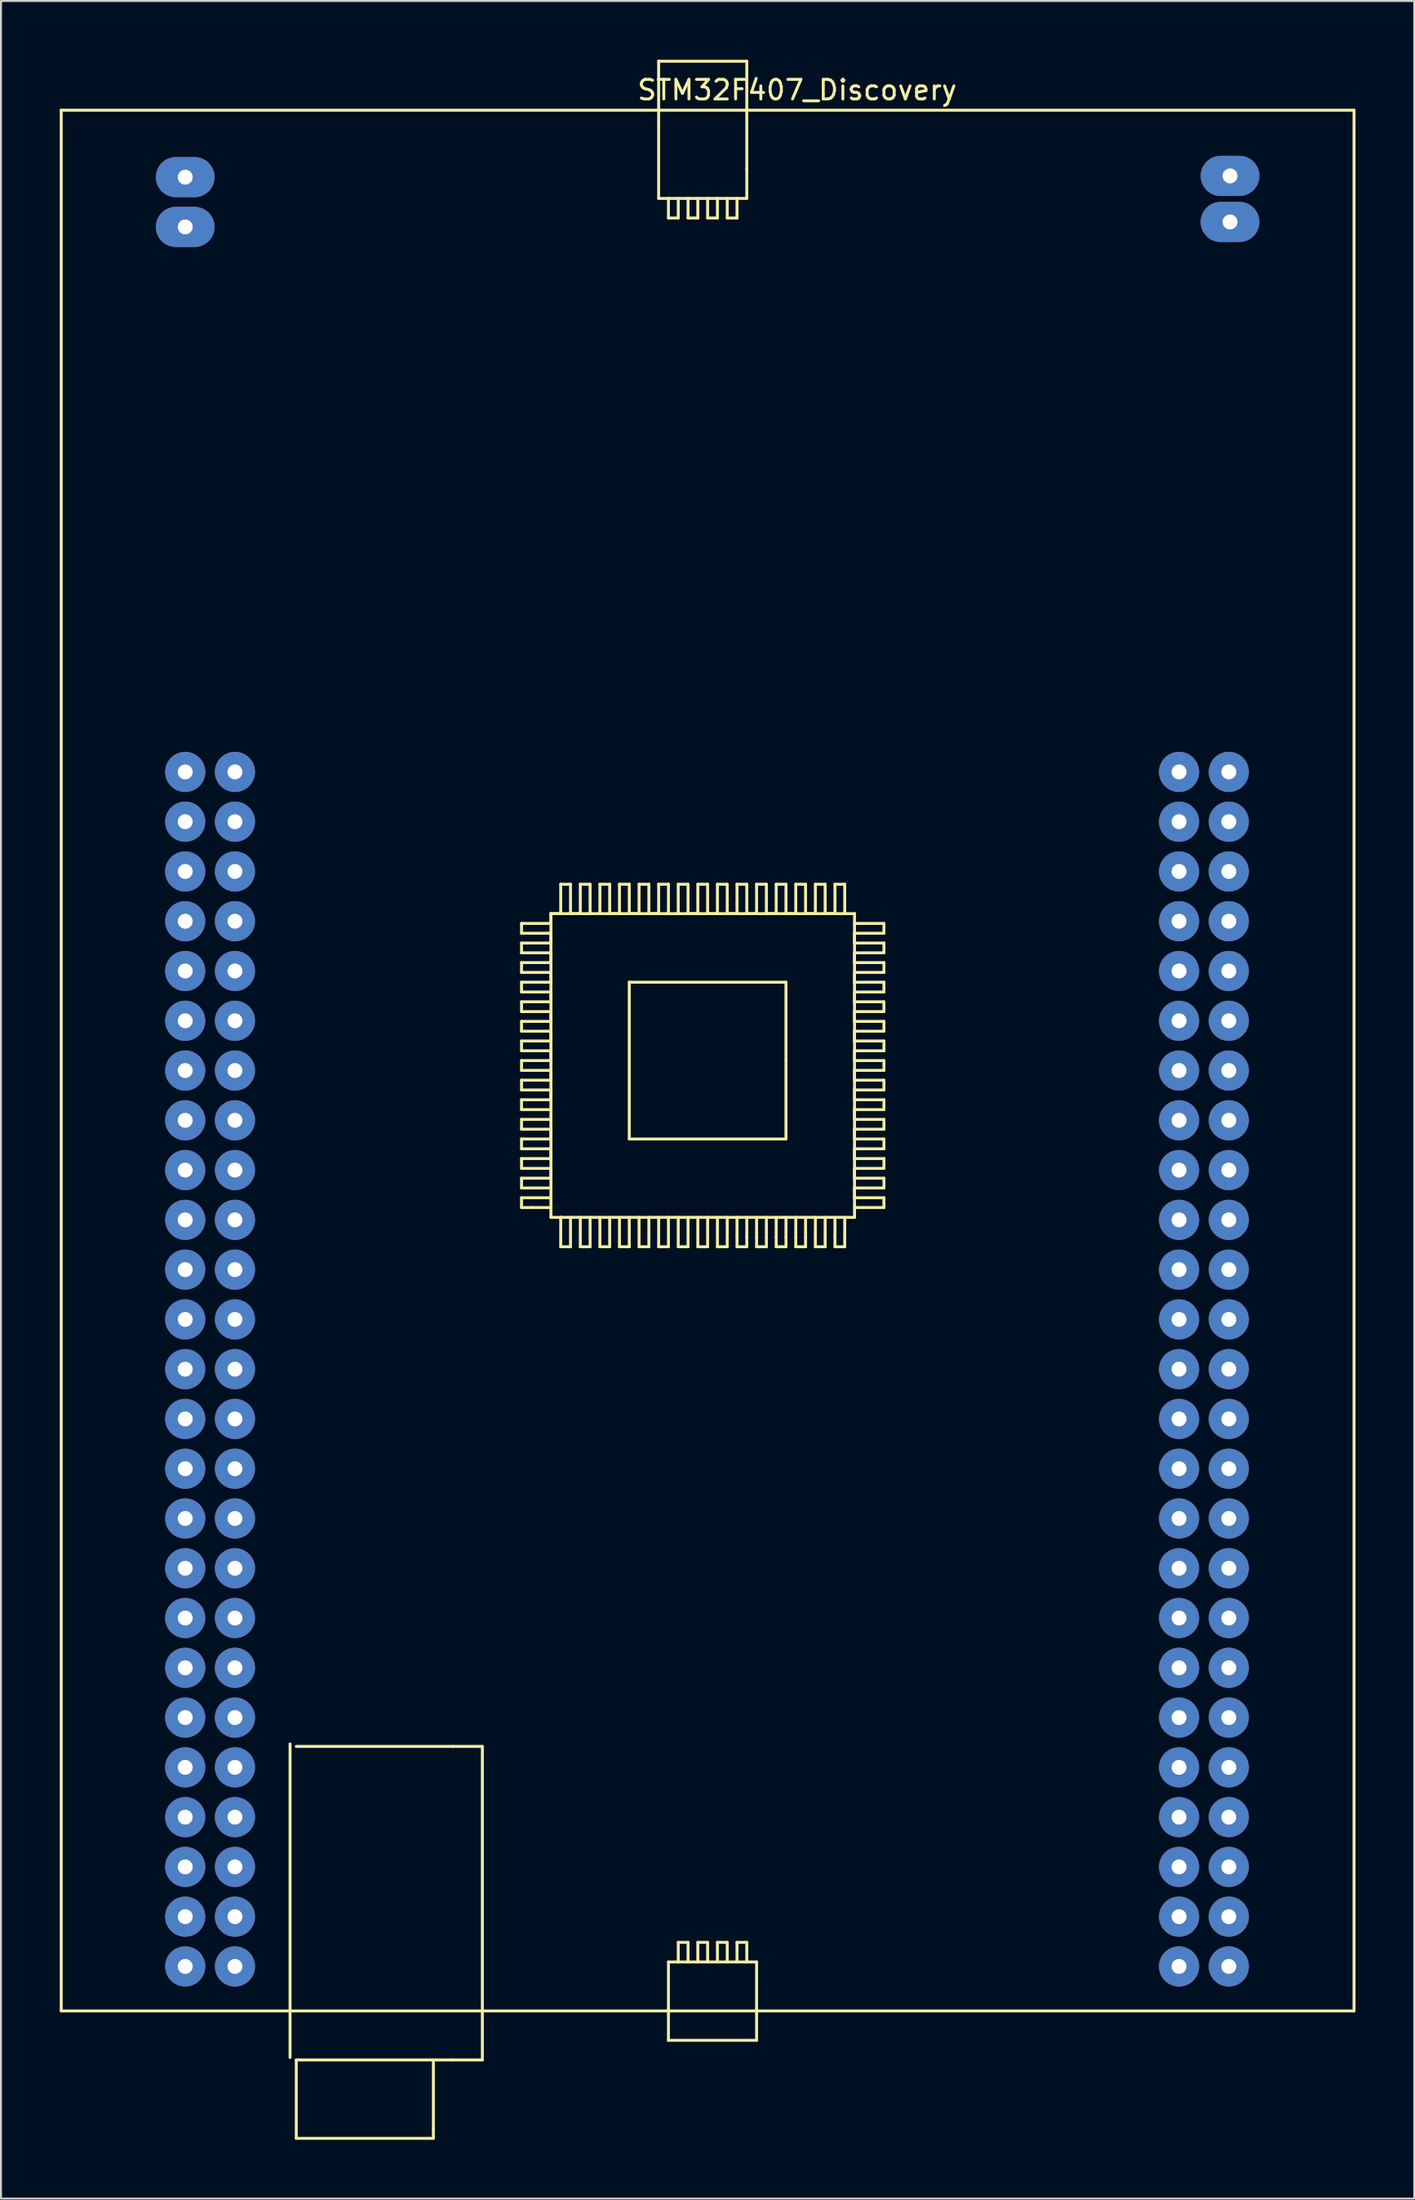
<source format=kicad_pcb>
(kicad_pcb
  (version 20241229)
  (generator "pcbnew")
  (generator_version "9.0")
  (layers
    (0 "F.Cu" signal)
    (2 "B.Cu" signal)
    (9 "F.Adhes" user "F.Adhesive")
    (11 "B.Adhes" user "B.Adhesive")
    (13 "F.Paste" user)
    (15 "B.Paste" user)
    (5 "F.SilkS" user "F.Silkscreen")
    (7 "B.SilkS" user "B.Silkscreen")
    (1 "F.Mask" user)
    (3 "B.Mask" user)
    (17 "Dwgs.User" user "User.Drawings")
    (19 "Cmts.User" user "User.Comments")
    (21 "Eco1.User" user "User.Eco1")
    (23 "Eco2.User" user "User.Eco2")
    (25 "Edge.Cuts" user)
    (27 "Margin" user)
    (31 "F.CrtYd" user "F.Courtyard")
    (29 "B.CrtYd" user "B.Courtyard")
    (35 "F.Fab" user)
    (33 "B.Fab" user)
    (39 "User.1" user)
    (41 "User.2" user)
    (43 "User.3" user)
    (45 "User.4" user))
  (footprint "STM32F407_Discovery"
    (layer "F.Cu")
    (at 33.075 51.075)
    (property "Reference" "STM32F407_Discovery" (at 4.572 -49.53 0) (layer "F.SilkS") (effects (font (size 1 1) (thickness 0.15))))
    (attr through_hole)
    (fp_line (start -33 -48.5) (end -33 48.5) (stroke (width 0.15) (type solid)) (layer "F.SilkS"))
    (fp_line (start -33 48.5) (end 33 48.5) (stroke (width 0.15) (type solid)) (layer "F.SilkS"))
    (fp_line (start -21.317 34.873) (end -21.317 50.873) (stroke (width 0.15) (type solid)) (layer "F.SilkS"))
    (fp_line (start -21 51) (end -13 51) (stroke (width 0.15) (type solid)) (layer "F.SilkS"))
    (fp_line (start -21 55) (end -21 51) (stroke (width 0.15) (type solid)) (layer "F.SilkS"))
    (fp_line (start -14 51) (end -14 54.5) (stroke (width 0.15) (type solid)) (layer "F.SilkS"))
    (fp_line (start -14 54.5) (end -14 55) (stroke (width 0.15) (type solid)) (layer "F.SilkS"))
    (fp_line (start -14 55) (end -21 55) (stroke (width 0.15) (type solid)) (layer "F.SilkS"))
    (fp_line (start -13 35) (end -21 35) (stroke (width 0.15) (type solid)) (layer "F.SilkS"))
    (fp_line (start -13 51) (end -11.5 51) (stroke (width 0.15) (type solid)) (layer "F.SilkS"))
    (fp_line (start -11.5 35) (end -13 35) (stroke (width 0.15) (type solid)) (layer "F.SilkS"))
    (fp_line (start -11.5 51) (end -11.5 35) (stroke (width 0.15) (type solid)) (layer "F.SilkS"))
    (fp_line (start -9.5 -7) (end -8 -7) (stroke (width 0.15) (type solid)) (layer "F.SilkS"))
    (fp_line (start -9.5 -6.5) (end -9.5 -7) (stroke (width 0.15) (type solid)) (layer "F.SilkS"))
    (fp_line (start -9.5 -6) (end -8 -6) (stroke (width 0.15) (type solid)) (layer "F.SilkS"))
    (fp_line (start -9.5 -5.5) (end -9.5 -6) (stroke (width 0.15) (type solid)) (layer "F.SilkS"))
    (fp_line (start -9.5 -5) (end -8 -5) (stroke (width 0.15) (type solid)) (layer "F.SilkS"))
    (fp_line (start -9.5 -4.5) (end -9.5 -5) (stroke (width 0.15) (type solid)) (layer "F.SilkS"))
    (fp_line (start -9.5 -4) (end -8 -4) (stroke (width 0.15) (type solid)) (layer "F.SilkS"))
    (fp_line (start -9.5 -3.5) (end -9.5 -4) (stroke (width 0.15) (type solid)) (layer "F.SilkS"))
    (fp_line (start -9.5 -3) (end -8 -3) (stroke (width 0.15) (type solid)) (layer "F.SilkS"))
    (fp_line (start -9.5 -2.5) (end -9.5 -3) (stroke (width 0.15) (type solid)) (layer "F.SilkS"))
    (fp_line (start -9.5 -2) (end -8 -2) (stroke (width 0.15) (type solid)) (layer "F.SilkS"))
    (fp_line (start -9.5 -1.5) (end -9.5 -2) (stroke (width 0.15) (type solid)) (layer "F.SilkS"))
    (fp_line (start -9.5 -1) (end -8 -1) (stroke (width 0.15) (type solid)) (layer "F.SilkS"))
    (fp_line (start -9.5 -0.5) (end -9.5 -1) (stroke (width 0.15) (type solid)) (layer "F.SilkS"))
    (fp_line (start -9.5 0) (end -8 0) (stroke (width 0.15) (type solid)) (layer "F.SilkS"))
    (fp_line (start -9.5 0.5) (end -9.5 0) (stroke (width 0.15) (type solid)) (layer "F.SilkS"))
    (fp_line (start -9.5 1) (end -8 1) (stroke (width 0.15) (type solid)) (layer "F.SilkS"))
    (fp_line (start -9.5 1.5) (end -9.5 1) (stroke (width 0.15) (type solid)) (layer "F.SilkS"))
    (fp_line (start -9.5 2) (end -8 2) (stroke (width 0.15) (type solid)) (layer "F.SilkS"))
    (fp_line (start -9.5 2.5) (end -9.5 2) (stroke (width 0.15) (type solid)) (layer "F.SilkS"))
    (fp_line (start -9.5 3) (end -8 3) (stroke (width 0.15) (type solid)) (layer "F.SilkS"))
    (fp_line (start -9.5 3.5) (end -9.5 3) (stroke (width 0.15) (type solid)) (layer "F.SilkS"))
    (fp_line (start -9.5 4) (end -8 4) (stroke (width 0.15) (type solid)) (layer "F.SilkS"))
    (fp_line (start -9.5 4.5) (end -9.5 4) (stroke (width 0.15) (type solid)) (layer "F.SilkS"))
    (fp_line (start -9.5 5) (end -8 5) (stroke (width 0.15) (type solid)) (layer "F.SilkS"))
    (fp_line (start -9.5 5.5) (end -9.5 5) (stroke (width 0.15) (type solid)) (layer "F.SilkS"))
    (fp_line (start -9.5 6) (end -8 6) (stroke (width 0.15) (type solid)) (layer "F.SilkS"))
    (fp_line (start -9.5 6.5) (end -9.5 6) (stroke (width 0.15) (type solid)) (layer "F.SilkS"))
    (fp_line (start -9.5 7) (end -8 7) (stroke (width 0.15) (type solid)) (layer "F.SilkS"))
    (fp_line (start -9.5 7.5) (end -9.5 7) (stroke (width 0.15) (type solid)) (layer "F.SilkS"))
    (fp_line (start -9 7.5) (end -9.5 7.5) (stroke (width 0.15) (type solid)) (layer "F.SilkS"))
    (fp_line (start -8 -7.5) (end -8 7.5) (stroke (width 0.15) (type solid)) (layer "F.SilkS"))
    (fp_line (start -8 -7.5) (end -7.5 -7.5) (stroke (width 0.15) (type solid)) (layer "F.SilkS"))
    (fp_line (start -8 -7.5) (end -7.5 -7.5) (stroke (width 0.15) (type solid)) (layer "F.SilkS"))
    (fp_line (start -8 -7) (end -8 -7.5) (stroke (width 0.15) (type solid)) (layer "F.SilkS"))
    (fp_line (start -8 -6.5) (end -9.5 -6.5) (stroke (width 0.15) (type solid)) (layer "F.SilkS"))
    (fp_line (start -8 -6) (end -8 -6.5) (stroke (width 0.15) (type solid)) (layer "F.SilkS"))
    (fp_line (start -8 -5.5) (end -9.5 -5.5) (stroke (width 0.15) (type solid)) (layer "F.SilkS"))
    (fp_line (start -8 -5) (end -8 -5.5) (stroke (width 0.15) (type solid)) (layer "F.SilkS"))
    (fp_line (start -8 -4.5) (end -9.5 -4.5) (stroke (width 0.15) (type solid)) (layer "F.SilkS"))
    (fp_line (start -8 -4) (end -8 -4.5) (stroke (width 0.15) (type solid)) (layer "F.SilkS"))
    (fp_line (start -8 -3.5) (end -9.5 -3.5) (stroke (width 0.15) (type solid)) (layer "F.SilkS"))
    (fp_line (start -8 -3) (end -8 -3.5) (stroke (width 0.15) (type solid)) (layer "F.SilkS"))
    (fp_line (start -8 -2.5) (end -9.5 -2.5) (stroke (width 0.15) (type solid)) (layer "F.SilkS"))
    (fp_line (start -8 -2) (end -8 -2.5) (stroke (width 0.15) (type solid)) (layer "F.SilkS"))
    (fp_line (start -8 -1.5) (end -9.5 -1.5) (stroke (width 0.15) (type solid)) (layer "F.SilkS"))
    (fp_line (start -8 -1) (end -8 -1.5) (stroke (width 0.15) (type solid)) (layer "F.SilkS"))
    (fp_line (start -8 -0.5) (end -9.5 -0.5) (stroke (width 0.15) (type solid)) (layer "F.SilkS"))
    (fp_line (start -8 0) (end -8 -0.5) (stroke (width 0.15) (type solid)) (layer "F.SilkS"))
    (fp_line (start -8 0.5) (end -9.5 0.5) (stroke (width 0.15) (type solid)) (layer "F.SilkS"))
    (fp_line (start -8 1) (end -8 0.5) (stroke (width 0.15) (type solid)) (layer "F.SilkS"))
    (fp_line (start -8 1.5) (end -9.5 1.5) (stroke (width 0.15) (type solid)) (layer "F.SilkS"))
    (fp_line (start -8 2) (end -8 1.5) (stroke (width 0.15) (type solid)) (layer "F.SilkS"))
    (fp_line (start -8 2.5) (end -9.5 2.5) (stroke (width 0.15) (type solid)) (layer "F.SilkS"))
    (fp_line (start -8 3.5) (end -9.5 3.5) (stroke (width 0.15) (type solid)) (layer "F.SilkS"))
    (fp_line (start -8 4) (end -8 3.5) (stroke (width 0.15) (type solid)) (layer "F.SilkS"))
    (fp_line (start -8 4.5) (end -9.5 4.5) (stroke (width 0.15) (type solid)) (layer "F.SilkS"))
    (fp_line (start -8 5) (end -8 4.5) (stroke (width 0.15) (type solid)) (layer "F.SilkS"))
    (fp_line (start -8 5.5) (end -9.5 5.5) (stroke (width 0.15) (type solid)) (layer "F.SilkS"))
    (fp_line (start -8 6) (end -8 5.5) (stroke (width 0.15) (type solid)) (layer "F.SilkS"))
    (fp_line (start -8 6.5) (end -9.5 6.5) (stroke (width 0.15) (type solid)) (layer "F.SilkS"))
    (fp_line (start -8 7.5) (end -9 7.5) (stroke (width 0.15) (type solid)) (layer "F.SilkS"))
    (fp_line (start -8 7.5) (end -8 8) (stroke (width 0.15) (type solid)) (layer "F.SilkS"))
    (fp_line (start -8 8) (end -7.5 8) (stroke (width 0.15) (type solid)) (layer "F.SilkS"))
    (fp_line (start -7.5 -9) (end -7 -9) (stroke (width 0.15) (type solid)) (layer "F.SilkS"))
    (fp_line (start -7.5 -7.5) (end -7.5 -9) (stroke (width 0.15) (type solid)) (layer "F.SilkS"))
    (fp_line (start -7.5 8) (end 7.5 8) (stroke (width 0.15) (type solid)) (layer "F.SilkS"))
    (fp_line (start -7.5 9.5) (end -7.5 8) (stroke (width 0.15) (type solid)) (layer "F.SilkS"))
    (fp_line (start -7 -9) (end -7 -7.5) (stroke (width 0.15) (type solid)) (layer "F.SilkS"))
    (fp_line (start -7 -7.5) (end -6.5 -7.5) (stroke (width 0.15) (type solid)) (layer "F.SilkS"))
    (fp_line (start -7 8) (end -7 9.5) (stroke (width 0.15) (type solid)) (layer "F.SilkS"))
    (fp_line (start -7 9.5) (end -7.5 9.5) (stroke (width 0.15) (type solid)) (layer "F.SilkS"))
    (fp_line (start -6.5 -9) (end -6 -9) (stroke (width 0.15) (type solid)) (layer "F.SilkS"))
    (fp_line (start -6.5 -7.5) (end -6.5 -9) (stroke (width 0.15) (type solid)) (layer "F.SilkS"))
    (fp_line (start -6.5 9.5) (end -6.5 8) (stroke (width 0.15) (type solid)) (layer "F.SilkS"))
    (fp_line (start -6 -9) (end -6 -7.5) (stroke (width 0.15) (type solid)) (layer "F.SilkS"))
    (fp_line (start -6 8) (end -6 9.5) (stroke (width 0.15) (type solid)) (layer "F.SilkS"))
    (fp_line (start -6 9.5) (end -6.5 9.5) (stroke (width 0.15) (type solid)) (layer "F.SilkS"))
    (fp_line (start -5.5 -9) (end -5 -9) (stroke (width 0.15) (type solid)) (layer "F.SilkS"))
    (fp_line (start -5.5 -7.5) (end -5.5 -9) (stroke (width 0.15) (type solid)) (layer "F.SilkS"))
    (fp_line (start -5.5 9.5) (end -5.5 8) (stroke (width 0.15) (type solid)) (layer "F.SilkS"))
    (fp_line (start -5 -9) (end -5 -7.5) (stroke (width 0.15) (type solid)) (layer "F.SilkS"))
    (fp_line (start -5 -7.5) (end -4.5 -7.5) (stroke (width 0.15) (type solid)) (layer "F.SilkS"))
    (fp_line (start -5 8) (end -5 9.5) (stroke (width 0.15) (type solid)) (layer "F.SilkS"))
    (fp_line (start -5 9.5) (end -5.5 9.5) (stroke (width 0.15) (type solid)) (layer "F.SilkS"))
    (fp_line (start -4.5 -9) (end -4 -9) (stroke (width 0.15) (type solid)) (layer "F.SilkS"))
    (fp_line (start -4.5 -7.5) (end -4.5 -9) (stroke (width 0.15) (type solid)) (layer "F.SilkS"))
    (fp_line (start -4.5 9.5) (end -4.5 8) (stroke (width 0.15) (type solid)) (layer "F.SilkS"))
    (fp_line (start -4 -9) (end -4 -7.5) (stroke (width 0.15) (type solid)) (layer "F.SilkS"))
    (fp_line (start -4 -7.5) (end -3.5 -7.5) (stroke (width 0.15) (type solid)) (layer "F.SilkS"))
    (fp_line (start -4 -4) (end 4 -4) (stroke (width 0.15) (type solid)) (layer "F.SilkS"))
    (fp_line (start -4 4) (end -4 -4) (stroke (width 0.15) (type solid)) (layer "F.SilkS"))
    (fp_line (start -4 8) (end -4 9.5) (stroke (width 0.15) (type solid)) (layer "F.SilkS"))
    (fp_line (start -4 9.5) (end -4.5 9.5) (stroke (width 0.15) (type solid)) (layer "F.SilkS"))
    (fp_line (start -3.5 -9) (end -3 -9) (stroke (width 0.15) (type solid)) (layer "F.SilkS"))
    (fp_line (start -3.5 -7.5) (end -3.5 -9) (stroke (width 0.15) (type solid)) (layer "F.SilkS"))
    (fp_line (start -3.5 9.5) (end -3.5 8) (stroke (width 0.15) (type solid)) (layer "F.SilkS"))
    (fp_line (start -3 -9) (end -3 -7.5) (stroke (width 0.15) (type solid)) (layer "F.SilkS"))
    (fp_line (start -3 -7.5) (end -2.5 -7.5) (stroke (width 0.15) (type solid)) (layer "F.SilkS"))
    (fp_line (start -3 8) (end -3 9.5) (stroke (width 0.15) (type solid)) (layer "F.SilkS"))
    (fp_line (start -3 9.5) (end -3.5 9.5) (stroke (width 0.15) (type solid)) (layer "F.SilkS"))
    (fp_line (start -2.5 -51) (end 2 -51) (stroke (width 0.15) (type solid)) (layer "F.SilkS"))
    (fp_line (start -2.5 -48.5) (end -2.5 -51) (stroke (width 0.15) (type solid)) (layer "F.SilkS"))
    (fp_line (start -2.5 -44) (end -2.5 -48.5) (stroke (width 0.15) (type solid)) (layer "F.SilkS"))
    (fp_line (start -2.5 -9) (end -2 -9) (stroke (width 0.15) (type solid)) (layer "F.SilkS"))
    (fp_line (start -2.5 -7.5) (end -2.5 -9) (stroke (width 0.15) (type solid)) (layer "F.SilkS"))
    (fp_line (start -2.5 9.5) (end -2.5 8) (stroke (width 0.15) (type solid)) (layer "F.SilkS"))
    (fp_line (start -2 -44) (end -2 -43) (stroke (width 0.15) (type solid)) (layer "F.SilkS"))
    (fp_line (start -2 -43) (end -1.5 -43) (stroke (width 0.15) (type solid)) (layer "F.SilkS"))
    (fp_line (start -2 -9) (end -2 -7.5) (stroke (width 0.15) (type solid)) (layer "F.SilkS"))
    (fp_line (start -2 8) (end -2 9.5) (stroke (width 0.15) (type solid)) (layer "F.SilkS"))
    (fp_line (start -2 9.5) (end -2.5 9.5) (stroke (width 0.15) (type solid)) (layer "F.SilkS"))
    (fp_line (start -2 46) (end -2 48.5) (stroke (width 0.15) (type solid)) (layer "F.SilkS"))
    (fp_line (start -2 48.5) (end -2 50) (stroke (width 0.15) (type solid)) (layer "F.SilkS"))
    (fp_line (start -2 50) (end 2 50) (stroke (width 0.15) (type solid)) (layer "F.SilkS"))
    (fp_line (start -1.5 -43) (end -1.5 -44) (stroke (width 0.15) (type solid)) (layer "F.SilkS"))
    (fp_line (start -1.5 -9) (end -1 -9) (stroke (width 0.15) (type solid)) (layer "F.SilkS"))
    (fp_line (start -1.5 -7.5) (end -1.5 -9) (stroke (width 0.15) (type solid)) (layer "F.SilkS"))
    (fp_line (start -1.5 9.5) (end -1.5 8) (stroke (width 0.15) (type solid)) (layer "F.SilkS"))
    (fp_line (start -1.5 45) (end -1 45) (stroke (width 0.15) (type solid)) (layer "F.SilkS"))
    (fp_line (start -1.5 46) (end -1.5 45) (stroke (width 0.15) (type solid)) (layer "F.SilkS"))
    (fp_line (start -1 -44) (end -1 -43) (stroke (width 0.15) (type solid)) (layer "F.SilkS"))
    (fp_line (start -1 -43) (end -0.5 -43) (stroke (width 0.15) (type solid)) (layer "F.SilkS"))
    (fp_line (start -1 -9) (end -1 -7.5) (stroke (width 0.15) (type solid)) (layer "F.SilkS"))
    (fp_line (start -1 -7.5) (end -0.5 -7.5) (stroke (width 0.15) (type solid)) (layer "F.SilkS"))
    (fp_line (start -1 8) (end -1 9.5) (stroke (width 0.15) (type solid)) (layer "F.SilkS"))
    (fp_line (start -1 9.5) (end -1.5 9.5) (stroke (width 0.15) (type solid)) (layer "F.SilkS"))
    (fp_line (start -1 45) (end -1 46) (stroke (width 0.15) (type solid)) (layer "F.SilkS"))
    (fp_line (start -0.5 -43) (end -0.5 -44) (stroke (width 0.15) (type solid)) (layer "F.SilkS"))
    (fp_line (start -0.5 -9) (end 0 -9) (stroke (width 0.15) (type solid)) (layer "F.SilkS"))
    (fp_line (start -0.5 -7.5) (end -0.5 -9) (stroke (width 0.15) (type solid)) (layer "F.SilkS"))
    (fp_line (start -0.5 9.5) (end -0.5 8) (stroke (width 0.15) (type solid)) (layer "F.SilkS"))
    (fp_line (start -0.5 45) (end 0 45) (stroke (width 0.15) (type solid)) (layer "F.SilkS"))
    (fp_line (start -0.5 46) (end -0.5 45) (stroke (width 0.15) (type solid)) (layer "F.SilkS"))
    (fp_line (start 0 -44) (end 0 -43) (stroke (width 0.15) (type solid)) (layer "F.SilkS"))
    (fp_line (start 0 -43) (end 0.5 -43) (stroke (width 0.15) (type solid)) (layer "F.SilkS"))
    (fp_line (start 0 -9) (end 0 -7.5) (stroke (width 0.15) (type solid)) (layer "F.SilkS"))
    (fp_line (start 0 -7.5) (end 0.5 -7.5) (stroke (width 0.15) (type solid)) (layer "F.SilkS"))
    (fp_line (start 0 8) (end 0 9.5) (stroke (width 0.15) (type solid)) (layer "F.SilkS"))
    (fp_line (start 0 9.5) (end -0.5 9.5) (stroke (width 0.15) (type solid)) (layer "F.SilkS"))
    (fp_line (start 0 45) (end 0 46) (stroke (width 0.15) (type solid)) (layer "F.SilkS"))
    (fp_line (start 0.5 -43) (end 0.5 -44) (stroke (width 0.15) (type solid)) (layer "F.SilkS"))
    (fp_line (start 0.5 -9) (end 1 -9) (stroke (width 0.15) (type solid)) (layer "F.SilkS"))
    (fp_line (start 0.5 -7.5) (end 0.5 -9) (stroke (width 0.15) (type solid)) (layer "F.SilkS"))
    (fp_line (start 0.5 9.5) (end 0.5 8) (stroke (width 0.15) (type solid)) (layer "F.SilkS"))
    (fp_line (start 0.5 45) (end 1 45) (stroke (width 0.15) (type solid)) (layer "F.SilkS"))
    (fp_line (start 0.5 46) (end 0.5 45) (stroke (width 0.15) (type solid)) (layer "F.SilkS"))
    (fp_line (start 1 -44) (end 1 -43) (stroke (width 0.15) (type solid)) (layer "F.SilkS"))
    (fp_line (start 1 -43) (end 1.5 -43) (stroke (width 0.15) (type solid)) (layer "F.SilkS"))
    (fp_line (start 1 -9) (end 1 -7.5) (stroke (width 0.15) (type solid)) (layer "F.SilkS"))
    (fp_line (start 1 -7.5) (end 1.5 -7.5) (stroke (width 0.15) (type solid)) (layer "F.SilkS"))
    (fp_line (start 1 8) (end 1 9.5) (stroke (width 0.15) (type solid)) (layer "F.SilkS"))
    (fp_line (start 1 9.5) (end 0.5 9.5) (stroke (width 0.15) (type solid)) (layer "F.SilkS"))
    (fp_line (start 1 45) (end 1 46) (stroke (width 0.15) (type solid)) (layer "F.SilkS"))
    (fp_line (start 1.5 -43) (end 1.5 -44) (stroke (width 0.15) (type solid)) (layer "F.SilkS"))
    (fp_line (start 1.5 -9) (end 2 -9) (stroke (width 0.15) (type solid)) (layer "F.SilkS"))
    (fp_line (start 1.5 -8) (end 1.5 -9) (stroke (width 0.15) (type solid)) (layer "F.SilkS"))
    (fp_line (start 1.5 -7.5) (end 1.5 -8) (stroke (width 0.15) (type solid)) (layer "F.SilkS"))
    (fp_line (start 1.5 9) (end 1.5 8) (stroke (width 0.15) (type solid)) (layer "F.SilkS"))
    (fp_line (start 1.5 9) (end 1.5 9.5) (stroke (width 0.15) (type solid)) (layer "F.SilkS"))
    (fp_line (start 1.5 9.5) (end 2 9.5) (stroke (width 0.15) (type solid)) (layer "F.SilkS"))
    (fp_line (start 1.5 45) (end 2 45) (stroke (width 0.15) (type solid)) (layer "F.SilkS"))
    (fp_line (start 1.5 46) (end 1.5 45) (stroke (width 0.15) (type solid)) (layer "F.SilkS"))
    (fp_line (start 2 -51) (end 2 -45.5) (stroke (width 0.15) (type solid)) (layer "F.SilkS"))
    (fp_line (start 2 -45.5) (end 2 -44) (stroke (width 0.15) (type solid)) (layer "F.SilkS"))
    (fp_line (start 2 -44) (end -2.5 -44) (stroke (width 0.15) (type solid)) (layer "F.SilkS"))
    (fp_line (start 2 -9) (end 2 -7.5) (stroke (width 0.15) (type solid)) (layer "F.SilkS"))
    (fp_line (start 2 -7.5) (end 2.5 -7.5) (stroke (width 0.15) (type solid)) (layer "F.SilkS"))
    (fp_line (start 2 8) (end 2 9) (stroke (width 0.15) (type solid)) (layer "F.SilkS"))
    (fp_line (start 2 9.5) (end 2 9) (stroke (width 0.15) (type solid)) (layer "F.SilkS"))
    (fp_line (start 2 45) (end 2 46) (stroke (width 0.15) (type solid)) (layer "F.SilkS"))
    (fp_line (start 2 46) (end -2 46) (stroke (width 0.15) (type solid)) (layer "F.SilkS"))
    (fp_line (start 2 46) (end 2.5 46) (stroke (width 0.15) (type solid)) (layer "F.SilkS"))
    (fp_line (start 2.5 -9) (end 3 -9) (stroke (width 0.15) (type solid)) (layer "F.SilkS"))
    (fp_line (start 2.5 -7.5) (end 2.5 -9) (stroke (width 0.15) (type solid)) (layer "F.SilkS"))
    (fp_line (start 2.5 9) (end 2.5 8) (stroke (width 0.15) (type solid)) (layer "F.SilkS"))
    (fp_line (start 2.5 9) (end 2.5 9.5) (stroke (width 0.15) (type solid)) (layer "F.SilkS"))
    (fp_line (start 2.5 9.5) (end 3 9.5) (stroke (width 0.15) (type solid)) (layer "F.SilkS"))
    (fp_line (start 2.5 46) (end 2.5 50) (stroke (width 0.15) (type solid)) (layer "F.SilkS"))
    (fp_line (start 2.5 50) (end 2 50) (stroke (width 0.15) (type solid)) (layer "F.SilkS"))
    (fp_line (start 3 -9) (end 3 -7.5) (stroke (width 0.15) (type solid)) (layer "F.SilkS"))
    (fp_line (start 3 -7.5) (end 3.5 -7.5) (stroke (width 0.15) (type solid)) (layer "F.SilkS"))
    (fp_line (start 3 8) (end 3 9) (stroke (width 0.15) (type solid)) (layer "F.SilkS"))
    (fp_line (start 3 9.5) (end 3 9) (stroke (width 0.15) (type solid)) (layer "F.SilkS"))
    (fp_line (start 3.5 -9) (end 4 -9) (stroke (width 0.15) (type solid)) (layer "F.SilkS"))
    (fp_line (start 3.5 -7.5) (end 3.5 -9) (stroke (width 0.15) (type solid)) (layer "F.SilkS"))
    (fp_line (start 3.5 9) (end 3.5 8) (stroke (width 0.15) (type solid)) (layer "F.SilkS"))
    (fp_line (start 3.5 9) (end 3.5 9.5) (stroke (width 0.15) (type solid)) (layer "F.SilkS"))
    (fp_line (start 3.5 9.5) (end 4 9.5) (stroke (width 0.15) (type solid)) (layer "F.SilkS"))
    (fp_line (start 4 -9) (end 4 -7.5) (stroke (width 0.15) (type solid)) (layer "F.SilkS"))
    (fp_line (start 4 -7.5) (end 4.5 -7.5) (stroke (width 0.15) (type solid)) (layer "F.SilkS"))
    (fp_line (start 4 -4) (end 4 0) (stroke (width 0.15) (type solid)) (layer "F.SilkS"))
    (fp_line (start 4 0) (end 4 4) (stroke (width 0.15) (type solid)) (layer "F.SilkS"))
    (fp_line (start 4 4) (end -4 4) (stroke (width 0.15) (type solid)) (layer "F.SilkS"))
    (fp_line (start 4 8) (end 4 9) (stroke (width 0.15) (type solid)) (layer "F.SilkS"))
    (fp_line (start 4 9.5) (end 4 9) (stroke (width 0.15) (type solid)) (layer "F.SilkS"))
    (fp_line (start 4.5 -9) (end 5 -9) (stroke (width 0.15) (type solid)) (layer "F.SilkS"))
    (fp_line (start 4.5 -7.5) (end 4.5 -9) (stroke (width 0.15) (type solid)) (layer "F.SilkS"))
    (fp_line (start 4.5 9) (end 4.5 8) (stroke (width 0.15) (type solid)) (layer "F.SilkS"))
    (fp_line (start 4.5 9) (end 4.5 9.5) (stroke (width 0.15) (type solid)) (layer "F.SilkS"))
    (fp_line (start 4.5 9.5) (end 5 9.5) (stroke (width 0.15) (type solid)) (layer "F.SilkS"))
    (fp_line (start 5 -9) (end 5 -7.5) (stroke (width 0.15) (type solid)) (layer "F.SilkS"))
    (fp_line (start 5 -7.5) (end 5.5 -7.5) (stroke (width 0.15) (type solid)) (layer "F.SilkS"))
    (fp_line (start 5 8) (end 5 9) (stroke (width 0.15) (type solid)) (layer "F.SilkS"))
    (fp_line (start 5 9.5) (end 5 9) (stroke (width 0.15) (type solid)) (layer "F.SilkS"))
    (fp_line (start 5.5 -9) (end 6 -9) (stroke (width 0.15) (type solid)) (layer "F.SilkS"))
    (fp_line (start 5.5 -7.5) (end 5.5 -9) (stroke (width 0.15) (type solid)) (layer "F.SilkS"))
    (fp_line (start 5.5 9) (end 5.5 8) (stroke (width 0.15) (type solid)) (layer "F.SilkS"))
    (fp_line (start 5.5 9) (end 5.5 9.5) (stroke (width 0.15) (type solid)) (layer "F.SilkS"))
    (fp_line (start 5.5 9.5) (end 6 9.5) (stroke (width 0.15) (type solid)) (layer "F.SilkS"))
    (fp_line (start 6 -9) (end 6 -7.5) (stroke (width 0.15) (type solid)) (layer "F.SilkS"))
    (fp_line (start 6 -7.5) (end 6.5 -7.5) (stroke (width 0.15) (type solid)) (layer "F.SilkS"))
    (fp_line (start 6 8) (end 6 9) (stroke (width 0.15) (type solid)) (layer "F.SilkS"))
    (fp_line (start 6 9.5) (end 6 9) (stroke (width 0.15) (type solid)) (layer "F.SilkS"))
    (fp_line (start 6.5 -9) (end 7 -9) (stroke (width 0.15) (type solid)) (layer "F.SilkS"))
    (fp_line (start 6.5 -7.5) (end 6.5 -9) (stroke (width 0.15) (type solid)) (layer "F.SilkS"))
    (fp_line (start 6.5 9) (end 6.5 8) (stroke (width 0.15) (type solid)) (layer "F.SilkS"))
    (fp_line (start 6.5 9) (end 6.5 9.5) (stroke (width 0.15) (type solid)) (layer "F.SilkS"))
    (fp_line (start 6.5 9.5) (end 7 9.5) (stroke (width 0.15) (type solid)) (layer "F.SilkS"))
    (fp_line (start 7 -9) (end 7 -7.5) (stroke (width 0.15) (type solid)) (layer "F.SilkS"))
    (fp_line (start 7 8) (end 7 9) (stroke (width 0.15) (type solid)) (layer "F.SilkS"))
    (fp_line (start 7 9.5) (end 7 9) (stroke (width 0.15) (type solid)) (layer "F.SilkS"))
    (fp_line (start 7.5 -7.5) (end -7.5 -7.5) (stroke (width 0.15) (type solid)) (layer "F.SilkS"))
    (fp_line (start 7.5 -6.5) (end 9 -6.5) (stroke (width 0.15) (type solid)) (layer "F.SilkS"))
    (fp_line (start 7.5 -6) (end 7.5 -6.5) (stroke (width 0.15) (type solid)) (layer "F.SilkS"))
    (fp_line (start 7.5 -5.5) (end 9 -5.5) (stroke (width 0.15) (type solid)) (layer "F.SilkS"))
    (fp_line (start 7.5 -5) (end 7.5 -5.5) (stroke (width 0.15) (type solid)) (layer "F.SilkS"))
    (fp_line (start 7.5 -4.5) (end 9 -4.5) (stroke (width 0.15) (type solid)) (layer "F.SilkS"))
    (fp_line (start 7.5 -4) (end 7.5 -4.5) (stroke (width 0.15) (type solid)) (layer "F.SilkS"))
    (fp_line (start 7.5 -3.5) (end 9 -3.5) (stroke (width 0.15) (type solid)) (layer "F.SilkS"))
    (fp_line (start 7.5 -3) (end 7.5 -3.5) (stroke (width 0.15) (type solid)) (layer "F.SilkS"))
    (fp_line (start 7.5 -2.5) (end 9 -2.5) (stroke (width 0.15) (type solid)) (layer "F.SilkS"))
    (fp_line (start 7.5 -2) (end 7.5 -2.5) (stroke (width 0.15) (type solid)) (layer "F.SilkS"))
    (fp_line (start 7.5 -1.5) (end 9 -1.5) (stroke (width 0.15) (type solid)) (layer "F.SilkS"))
    (fp_line (start 7.5 -1) (end 7.5 -1.5) (stroke (width 0.15) (type solid)) (layer "F.SilkS"))
    (fp_line (start 7.5 -0.5) (end 9 -0.5) (stroke (width 0.15) (type solid)) (layer "F.SilkS"))
    (fp_line (start 7.5 0) (end 7.5 -0.5) (stroke (width 0.15) (type solid)) (layer "F.SilkS"))
    (fp_line (start 7.5 0.5) (end 9 0.5) (stroke (width 0.15) (type solid)) (layer "F.SilkS"))
    (fp_line (start 7.5 1) (end 7.5 0.5) (stroke (width 0.15) (type solid)) (layer "F.SilkS"))
    (fp_line (start 7.5 1.5) (end 9 1.5) (stroke (width 0.15) (type solid)) (layer "F.SilkS"))
    (fp_line (start 7.5 2) (end 7.5 1.5) (stroke (width 0.15) (type solid)) (layer "F.SilkS"))
    (fp_line (start 7.5 2.5) (end 9 2.5) (stroke (width 0.15) (type solid)) (layer "F.SilkS"))
    (fp_line (start 7.5 3) (end 7.5 2.5) (stroke (width 0.15) (type solid)) (layer "F.SilkS"))
    (fp_line (start 7.5 3.5) (end 9 3.5) (stroke (width 0.15) (type solid)) (layer "F.SilkS"))
    (fp_line (start 7.5 4) (end 7.5 3.5) (stroke (width 0.15) (type solid)) (layer "F.SilkS"))
    (fp_line (start 7.5 4.5) (end 9 4.5) (stroke (width 0.15) (type solid)) (layer "F.SilkS"))
    (fp_line (start 7.5 5) (end 7.5 4.5) (stroke (width 0.15) (type solid)) (layer "F.SilkS"))
    (fp_line (start 7.5 5.5) (end 9 5.5) (stroke (width 0.15) (type solid)) (layer "F.SilkS"))
    (fp_line (start 7.5 6) (end 7.5 5.5) (stroke (width 0.15) (type solid)) (layer "F.SilkS"))
    (fp_line (start 7.5 6.5) (end 9 6.5) (stroke (width 0.15) (type solid)) (layer "F.SilkS"))
    (fp_line (start 7.5 7) (end 7.5 6.5) (stroke (width 0.15) (type solid)) (layer "F.SilkS"))
    (fp_line (start 7.5 7.5) (end 9 7.5) (stroke (width 0.15) (type solid)) (layer "F.SilkS"))
    (fp_line (start 7.5 8) (end 7.5 -7.5) (stroke (width 0.15) (type solid)) (layer "F.SilkS"))
    (fp_line (start 9 -7) (end 7.5 -7) (stroke (width 0.15) (type solid)) (layer "F.SilkS"))
    (fp_line (start 9 -6.5) (end 9 -7) (stroke (width 0.15) (type solid)) (layer "F.SilkS"))
    (fp_line (start 9 -6) (end 7.5 -6) (stroke (width 0.15) (type solid)) (layer "F.SilkS"))
    (fp_line (start 9 -5.5) (end 9 -6) (stroke (width 0.15) (type solid)) (layer "F.SilkS"))
    (fp_line (start 9 -5) (end 7.5 -5) (stroke (width 0.15) (type solid)) (layer "F.SilkS"))
    (fp_line (start 9 -4.5) (end 9 -5) (stroke (width 0.15) (type solid)) (layer "F.SilkS"))
    (fp_line (start 9 -4) (end 7.5 -4) (stroke (width 0.15) (type solid)) (layer "F.SilkS"))
    (fp_line (start 9 -3.5) (end 9 -4) (stroke (width 0.15) (type solid)) (layer "F.SilkS"))
    (fp_line (start 9 -3) (end 7.5 -3) (stroke (width 0.15) (type solid)) (layer "F.SilkS"))
    (fp_line (start 9 -2.5) (end 9 -3) (stroke (width 0.15) (type solid)) (layer "F.SilkS"))
    (fp_line (start 9 -2) (end 7.5 -2) (stroke (width 0.15) (type solid)) (layer "F.SilkS"))
    (fp_line (start 9 -1.5) (end 9 -2) (stroke (width 0.15) (type solid)) (layer "F.SilkS"))
    (fp_line (start 9 -1) (end 7.5 -1) (stroke (width 0.15) (type solid)) (layer "F.SilkS"))
    (fp_line (start 9 -0.5) (end 9 -1) (stroke (width 0.15) (type solid)) (layer "F.SilkS"))
    (fp_line (start 9 0) (end 7.5 0) (stroke (width 0.15) (type solid)) (layer "F.SilkS"))
    (fp_line (start 9 0.5) (end 9 0) (stroke (width 0.15) (type solid)) (layer "F.SilkS"))
    (fp_line (start 9 1) (end 7.5 1) (stroke (width 0.15) (type solid)) (layer "F.SilkS"))
    (fp_line (start 9 1.5) (end 9 1) (stroke (width 0.15) (type solid)) (layer "F.SilkS"))
    (fp_line (start 9 2) (end 7.5 2) (stroke (width 0.15) (type solid)) (layer "F.SilkS"))
    (fp_line (start 9 2.5) (end 9 2) (stroke (width 0.15) (type solid)) (layer "F.SilkS"))
    (fp_line (start 9 3) (end 7.5 3) (stroke (width 0.15) (type solid)) (layer "F.SilkS"))
    (fp_line (start 9 3.5) (end 9 3) (stroke (width 0.15) (type solid)) (layer "F.SilkS"))
    (fp_line (start 9 4) (end 7.5 4) (stroke (width 0.15) (type solid)) (layer "F.SilkS"))
    (fp_line (start 9 4.5) (end 9 4) (stroke (width 0.15) (type solid)) (layer "F.SilkS"))
    (fp_line (start 9 5) (end 7.5 5) (stroke (width 0.15) (type solid)) (layer "F.SilkS"))
    (fp_line (start 9 5.5) (end 9 5) (stroke (width 0.15) (type solid)) (layer "F.SilkS"))
    (fp_line (start 9 6) (end 7.5 6) (stroke (width 0.15) (type solid)) (layer "F.SilkS"))
    (fp_line (start 9 6.5) (end 9 6) (stroke (width 0.15) (type solid)) (layer "F.SilkS"))
    (fp_line (start 9 7) (end 7.5 7) (stroke (width 0.15) (type solid)) (layer "F.SilkS"))
    (fp_line (start 9 7.5) (end 9 7) (stroke (width 0.15) (type solid)) (layer "F.SilkS"))
    (fp_line (start 33 -48.5) (end -33 -48.5) (stroke (width 0.15) (type solid)) (layer "F.SilkS"))
    (fp_line (start 33 48.5) (end 33 -48.5) (stroke (width 0.15) (type solid)) (layer "F.SilkS"))
    (pad "1" thru_hole circle (at -26.67 -14.732) (size 2.05 2.05) (drill 0.762) (layers "*.Cu" "*.Mask"))
    (pad "2" thru_hole circle (at -24.13 -14.732) (size 2.05 2.05) (drill 0.762) (layers "*.Cu" "*.Mask"))
    (pad "3" thru_hole circle (at -26.67 -12.192) (size 2.05 2.05) (drill 0.762) (layers "*.Cu" "*.Mask"))
    (pad "4" thru_hole circle (at -24.13 -12.192) (size 2.05 2.05) (drill 0.762) (layers "*.Cu" "*.Mask"))
    (pad "5" thru_hole circle (at -26.67 -9.652) (size 2.05 2.05) (drill 0.762) (layers "*.Cu" "*.Mask"))
    (pad "6" thru_hole circle (at -24.13 -9.652) (size 2.05 2.05) (drill 0.762) (layers "*.Cu" "*.Mask"))
    (pad "7" thru_hole circle (at -26.67 -7.112) (size 2.05 2.05) (drill 0.762) (layers "*.Cu" "*.Mask"))
    (pad "8" thru_hole circle (at -24.13 -7.112) (size 2.05 2.05) (drill 0.762) (layers "*.Cu" "*.Mask"))
    (pad "9" thru_hole circle (at -26.67 -4.572) (size 2.05 2.05) (drill 0.762) (layers "*.Cu" "*.Mask"))
    (pad "10" thru_hole circle (at -24.13 -4.572) (size 2.05 2.05) (drill 0.762) (layers "*.Cu" "*.Mask"))
    (pad "11" thru_hole circle (at -26.67 -2.032) (size 2.05 2.05) (drill 0.762) (layers "*.Cu" "*.Mask"))
    (pad "12" thru_hole circle (at -24.13 -2.032) (size 2.05 2.05) (drill 0.762) (layers "*.Cu" "*.Mask"))
    (pad "13" thru_hole circle (at -26.67 0.508) (size 2.05 2.05) (drill 0.762) (layers "*.Cu" "*.Mask"))
    (pad "14" thru_hole circle (at -24.13 0.508) (size 2.05 2.05) (drill 0.762) (layers "*.Cu" "*.Mask"))
    (pad "15" thru_hole circle (at -26.67 3.048) (size 2.05 2.05) (drill 0.762) (layers "*.Cu" "*.Mask"))
    (pad "16" thru_hole circle (at -24.13 3.048) (size 2.05 2.05) (drill 0.762) (layers "*.Cu" "*.Mask"))
    (pad "17" thru_hole circle (at -26.67 5.588) (size 2.05 2.05) (drill 0.762) (layers "*.Cu" "*.Mask"))
    (pad "18" thru_hole circle (at -24.13 5.588) (size 2.05 2.05) (drill 0.762) (layers "*.Cu" "*.Mask"))
    (pad "19" thru_hole circle (at -26.67 8.128) (size 2.05 2.05) (drill 0.762) (layers "*.Cu" "*.Mask"))
    (pad "20" thru_hole circle (at -24.13 8.128) (size 2.05 2.05) (drill 0.762) (layers "*.Cu" "*.Mask"))
    (pad "21" thru_hole circle (at -26.67 10.668) (size 2.05 2.05) (drill 0.762) (layers "*.Cu" "*.Mask"))
    (pad "22" thru_hole circle (at -24.13 10.668) (size 2.05 2.05) (drill 0.762) (layers "*.Cu" "*.Mask"))
    (pad "23" thru_hole circle (at -26.67 13.208) (size 2.05 2.05) (drill 0.762) (layers "*.Cu" "*.Mask"))
    (pad "24" thru_hole circle (at -24.13 13.208) (size 2.05 2.05) (drill 0.762) (layers "*.Cu" "*.Mask"))
    (pad "25" thru_hole circle (at -26.67 15.748) (size 2.05 2.05) (drill 0.762) (layers "*.Cu" "*.Mask"))
    (pad "26" thru_hole circle (at -24.13 15.748) (size 2.05 2.05) (drill 0.762) (layers "*.Cu" "*.Mask"))
    (pad "27" thru_hole circle (at -26.67 18.288) (size 2.05 2.05) (drill 0.762) (layers "*.Cu" "*.Mask"))
    (pad "28" thru_hole circle (at -24.13 18.288) (size 2.05 2.05) (drill 0.762) (layers "*.Cu" "*.Mask"))
    (pad "29" thru_hole circle (at -26.67 20.828) (size 2.05 2.05) (drill 0.762) (layers "*.Cu" "*.Mask"))
    (pad "30" thru_hole circle (at -24.13 20.828) (size 2.05 2.05) (drill 0.762) (layers "*.Cu" "*.Mask"))
    (pad "31" thru_hole circle (at -26.67 23.368) (size 2.05 2.05) (drill 0.762) (layers "*.Cu" "*.Mask"))
    (pad "32" thru_hole circle (at -24.13 23.368) (size 2.05 2.05) (drill 0.762) (layers "*.Cu" "*.Mask"))
    (pad "33" thru_hole circle (at -26.67 25.908) (size 2.05 2.05) (drill 0.762) (layers "*.Cu" "*.Mask"))
    (pad "34" thru_hole circle (at -24.13 25.908) (size 2.05 2.05) (drill 0.762) (layers "*.Cu" "*.Mask"))
    (pad "35" thru_hole circle (at -26.67 28.448) (size 2.05 2.05) (drill 0.762) (layers "*.Cu" "*.Mask"))
    (pad "36" thru_hole circle (at -24.13 28.448) (size 2.05 2.05) (drill 0.762) (layers "*.Cu" "*.Mask"))
    (pad "37" thru_hole circle (at -26.67 30.988) (size 2.05 2.05) (drill 0.762) (layers "*.Cu" "*.Mask"))
    (pad "38" thru_hole circle (at -24.13 30.988) (size 2.05 2.05) (drill 0.762) (layers "*.Cu" "*.Mask"))
    (pad "39" thru_hole circle (at -26.67 33.528) (size 2.05 2.05) (drill 0.762) (layers "*.Cu" "*.Mask"))
    (pad "40" thru_hole circle (at -24.13 33.528) (size 2.05 2.05) (drill 0.762) (layers "*.Cu" "*.Mask"))
    (pad "41" thru_hole circle (at -26.67 36.068) (size 2.05 2.05) (drill 0.762) (layers "*.Cu" "*.Mask"))
    (pad "42" thru_hole circle (at -24.13 36.068) (size 2.05 2.05) (drill 0.762) (layers "*.Cu" "*.Mask"))
    (pad "43" thru_hole circle (at -26.67 38.608) (size 2.05 2.05) (drill 0.762) (layers "*.Cu" "*.Mask"))
    (pad "44" thru_hole circle (at -24.13 38.608) (size 2.05 2.05) (drill 0.762) (layers "*.Cu" "*.Mask"))
    (pad "45" thru_hole circle (at -26.67 41.148) (size 2.05 2.05) (drill 0.762) (layers "*.Cu" "*.Mask"))
    (pad "46" thru_hole circle (at -24.13 41.148) (size 2.05 2.05) (drill 0.762) (layers "*.Cu" "*.Mask"))
    (pad "47" thru_hole circle (at -26.67 43.688) (size 2.05 2.05) (drill 0.762) (layers "*.Cu" "*.Mask"))
    (pad "48" thru_hole circle (at -24.13 43.688) (size 2.05 2.05) (drill 0.762) (layers "*.Cu" "*.Mask"))
    (pad "49" thru_hole circle (at -26.67 46.228) (size 2.05 2.05) (drill 0.762) (layers "*.Cu" "*.Mask"))
    (pad "50" thru_hole circle (at -24.13 46.228) (size 2.05 2.05) (drill 0.762) (layers "*.Cu" "*.Mask"))
    (pad "51" thru_hole circle (at 24.067 -14.732) (size 2.05 2.05) (drill 0.762) (layers "*.Cu" "*.Mask"))
    (pad "52" thru_hole circle (at 26.607 -14.732) (size 2.05 2.05) (drill 0.762) (layers "*.Cu" "*.Mask"))
    (pad "53" thru_hole circle (at 24.067 -12.192) (size 2.05 2.05) (drill 0.762) (layers "*.Cu" "*.Mask"))
    (pad "54" thru_hole circle (at 26.607 -12.192) (size 2.05 2.05) (drill 0.762) (layers "*.Cu" "*.Mask"))
    (pad "55" thru_hole circle (at 24.067 -9.652) (size 2.05 2.05) (drill 0.762) (layers "*.Cu" "*.Mask"))
    (pad "56" thru_hole circle (at 26.607 -9.652) (size 2.05 2.05) (drill 0.762) (layers "*.Cu" "*.Mask"))
    (pad "57" thru_hole circle (at 24.067 -7.112) (size 2.05 2.05) (drill 0.762) (layers "*.Cu" "*.Mask"))
    (pad "58" thru_hole circle (at 26.607 -7.112) (size 2.05 2.05) (drill 0.762) (layers "*.Cu" "*.Mask"))
    (pad "59" thru_hole circle (at 24.067 -4.572) (size 2.05 2.05) (drill 0.762) (layers "*.Cu" "*.Mask"))
    (pad "60" thru_hole circle (at 26.607 -4.572) (size 2.05 2.05) (drill 0.762) (layers "*.Cu" "*.Mask"))
    (pad "61" thru_hole circle (at 24.067 -2.032) (size 2.05 2.05) (drill 0.762) (layers "*.Cu" "*.Mask"))
    (pad "62" thru_hole circle (at 26.607 -2.032) (size 2.05 2.05) (drill 0.762) (layers "*.Cu" "*.Mask"))
    (pad "63" thru_hole circle (at 24.067 0.508) (size 2.05 2.05) (drill 0.762) (layers "*.Cu" "*.Mask"))
    (pad "64" thru_hole circle (at 26.607 0.508) (size 2.05 2.05) (drill 0.762) (layers "*.Cu" "*.Mask"))
    (pad "65" thru_hole circle (at 24.067 3.048) (size 2.05 2.05) (drill 0.762) (layers "*.Cu" "*.Mask"))
    (pad "66" thru_hole circle (at 26.607 3.048) (size 2.05 2.05) (drill 0.762) (layers "*.Cu" "*.Mask"))
    (pad "67" thru_hole circle (at 24.067 5.588) (size 2.05 2.05) (drill 0.762) (layers "*.Cu" "*.Mask"))
    (pad "68" thru_hole circle (at 26.607 5.588) (size 2.05 2.05) (drill 0.762) (layers "*.Cu" "*.Mask"))
    (pad "69" thru_hole circle (at 24.067 8.128) (size 2.05 2.05) (drill 0.762) (layers "*.Cu" "*.Mask"))
    (pad "70" thru_hole circle (at 26.607 8.128) (size 2.05 2.05) (drill 0.762) (layers "*.Cu" "*.Mask"))
    (pad "71" thru_hole circle (at 24.067 10.668) (size 2.05 2.05) (drill 0.762) (layers "*.Cu" "*.Mask"))
    (pad "72" thru_hole circle (at 26.607 10.668) (size 2.05 2.05) (drill 0.762) (layers "*.Cu" "*.Mask"))
    (pad "73" thru_hole circle (at 24.067 13.208) (size 2.05 2.05) (drill 0.762) (layers "*.Cu" "*.Mask"))
    (pad "74" thru_hole circle (at 26.607 13.208) (size 2.05 2.05) (drill 0.762) (layers "*.Cu" "*.Mask"))
    (pad "75" thru_hole circle (at 24.067 15.748) (size 2.05 2.05) (drill 0.762) (layers "*.Cu" "*.Mask"))
    (pad "76" thru_hole circle (at 26.607 15.748) (size 2.05 2.05) (drill 0.762) (layers "*.Cu" "*.Mask"))
    (pad "77" thru_hole circle (at 24.067 18.288) (size 2.05 2.05) (drill 0.762) (layers "*.Cu" "*.Mask"))
    (pad "78" thru_hole circle (at 26.607 18.288) (size 2.05 2.05) (drill 0.762) (layers "*.Cu" "*.Mask"))
    (pad "79" thru_hole circle (at 24.067 20.828) (size 2.05 2.05) (drill 0.762) (layers "*.Cu" "*.Mask"))
    (pad "80" thru_hole circle (at 26.607 20.828) (size 2.05 2.05) (drill 0.762) (layers "*.Cu" "*.Mask"))
    (pad "81" thru_hole circle (at 24.067 23.368) (size 2.05 2.05) (drill 0.762) (layers "*.Cu" "*.Mask"))
    (pad "82" thru_hole circle (at 26.607 23.368) (size 2.05 2.05) (drill 0.762) (layers "*.Cu" "*.Mask"))
    (pad "83" thru_hole circle (at 24.067 25.908) (size 2.05 2.05) (drill 0.762) (layers "*.Cu" "*.Mask"))
    (pad "84" thru_hole circle (at 26.607 25.908) (size 2.05 2.05) (drill 0.762) (layers "*.Cu" "*.Mask"))
    (pad "85" thru_hole circle (at 24.067 28.448) (size 2.05 2.05) (drill 0.762) (layers "*.Cu" "*.Mask"))
    (pad "86" thru_hole circle (at 26.607 28.448) (size 2.05 2.05) (drill 0.762) (layers "*.Cu" "*.Mask"))
    (pad "87" thru_hole circle (at 24.067 30.988) (size 2.05 2.05) (drill 0.762) (layers "*.Cu" "*.Mask"))
    (pad "88" thru_hole circle (at 26.607 30.988) (size 2.05 2.05) (drill 0.762) (layers "*.Cu" "*.Mask"))
    (pad "89" thru_hole circle (at 24.067 33.528) (size 2.05 2.05) (drill 0.762) (layers "*.Cu" "*.Mask"))
    (pad "90" thru_hole circle (at 26.607 33.528) (size 2.05 2.05) (drill 0.762) (layers "*.Cu" "*.Mask"))
    (pad "91" thru_hole circle (at 24.067 36.068) (size 2.05 2.05) (drill 0.762) (layers "*.Cu" "*.Mask"))
    (pad "92" thru_hole circle (at 26.607 36.068) (size 2.05 2.05) (drill 0.762) (layers "*.Cu" "*.Mask"))
    (pad "93" thru_hole circle (at 24.067 38.608) (size 2.05 2.05) (drill 0.762) (layers "*.Cu" "*.Mask"))
    (pad "94" thru_hole circle (at 26.607 38.608) (size 2.05 2.05) (drill 0.762) (layers "*.Cu" "*.Mask"))
    (pad "95" thru_hole circle (at 24.067 41.148) (size 2.05 2.05) (drill 0.762) (layers "*.Cu" "*.Mask"))
    (pad "96" thru_hole circle (at 26.607 41.148) (size 2.05 2.05) (drill 0.762) (layers "*.Cu" "*.Mask"))
    (pad "97" thru_hole circle (at 24.067 43.688) (size 2.05 2.05) (drill 0.762) (layers "*.Cu" "*.Mask"))
    (pad "98" thru_hole circle (at 26.607 43.688) (size 2.05 2.05) (drill 0.762) (layers "*.Cu" "*.Mask"))
    (pad "99" thru_hole circle (at 24.067 46.228) (size 2.05 2.05) (drill 0.762) (layers "*.Cu" "*.Mask"))
    (pad "100" thru_hole circle (at 26.607 46.228) (size 2.05 2.05) (drill 0.762) (layers "*.Cu" "*.Mask"))
    (pad "a" thru_hole oval (at -26.67 -45.085) (size 3 2.05) (drill 0.762) (layers "*.Cu" "*.Mask"))
    (pad "b" thru_hole oval (at -26.67 -42.545) (size 3 2.05) (drill 0.762) (layers "*.Cu" "*.Mask"))
    (pad "c" thru_hole oval (at 26.67 -45.148) (size 3 2.05) (drill 0.762) (layers "*.Cu" "*.Mask"))
    (pad "d" thru_hole oval (at 26.67 -42.799) (size 3 2.05) (drill 0.762) (layers "*.Cu" "*.Mask")))
  (gr_rect
    (start -3 -3)
    (end 69.15 109.15)
    (stroke (width 0.1) (type default))
    (fill no)
    (layer "Edge.Cuts")))
</source>
